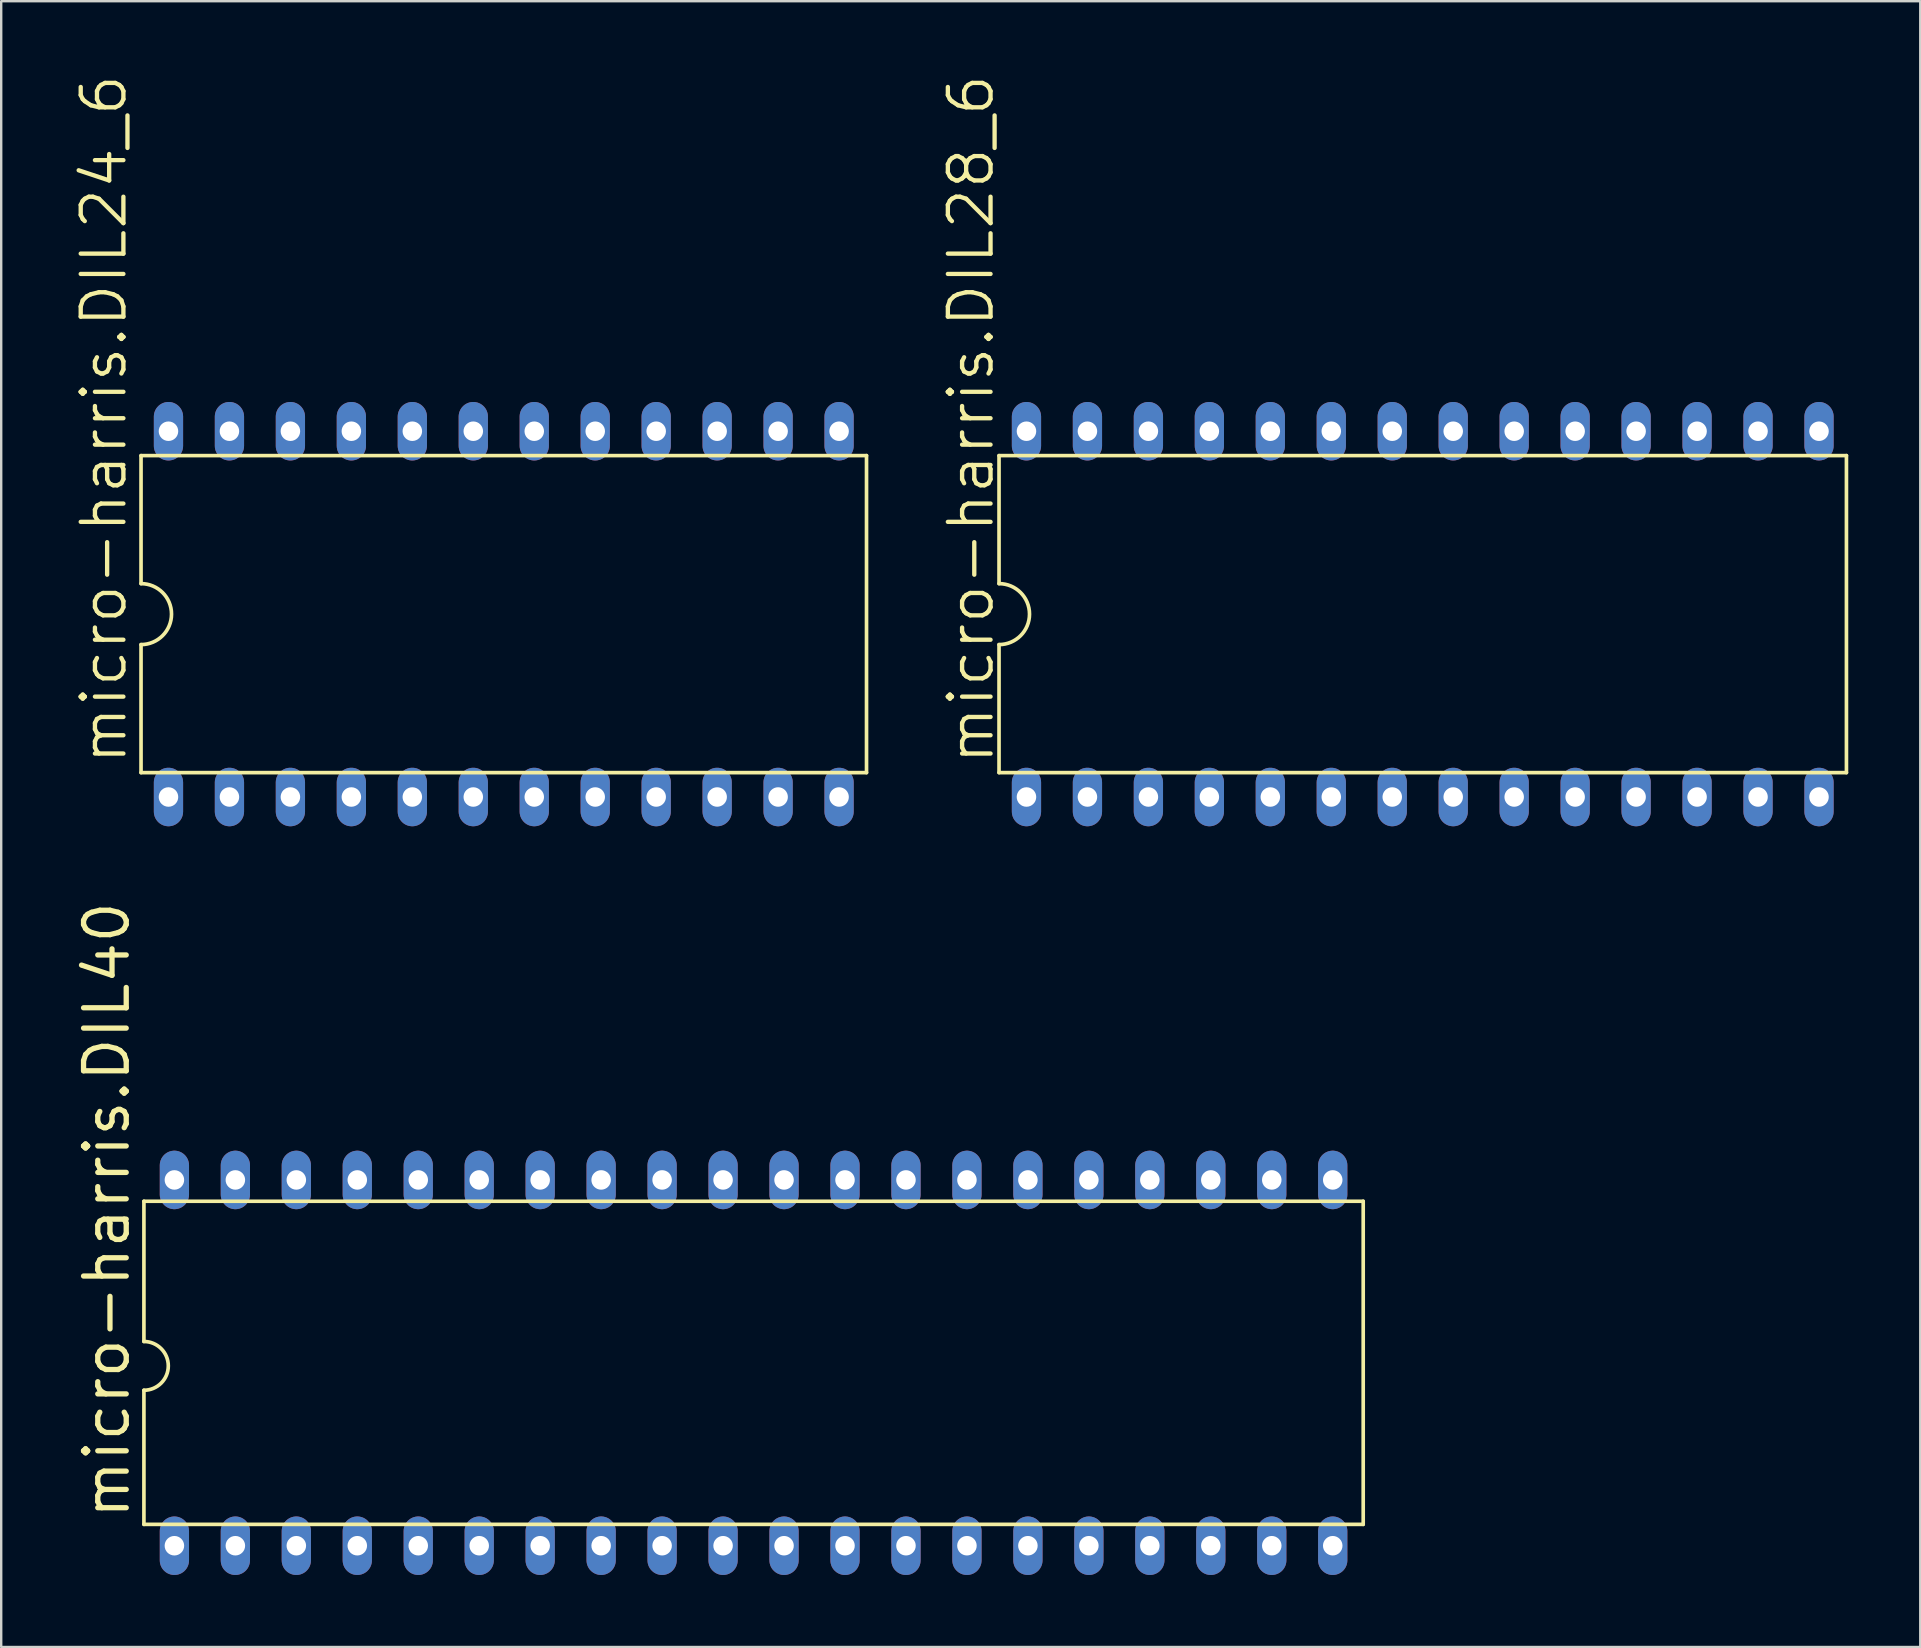
<source format=kicad_pcb>
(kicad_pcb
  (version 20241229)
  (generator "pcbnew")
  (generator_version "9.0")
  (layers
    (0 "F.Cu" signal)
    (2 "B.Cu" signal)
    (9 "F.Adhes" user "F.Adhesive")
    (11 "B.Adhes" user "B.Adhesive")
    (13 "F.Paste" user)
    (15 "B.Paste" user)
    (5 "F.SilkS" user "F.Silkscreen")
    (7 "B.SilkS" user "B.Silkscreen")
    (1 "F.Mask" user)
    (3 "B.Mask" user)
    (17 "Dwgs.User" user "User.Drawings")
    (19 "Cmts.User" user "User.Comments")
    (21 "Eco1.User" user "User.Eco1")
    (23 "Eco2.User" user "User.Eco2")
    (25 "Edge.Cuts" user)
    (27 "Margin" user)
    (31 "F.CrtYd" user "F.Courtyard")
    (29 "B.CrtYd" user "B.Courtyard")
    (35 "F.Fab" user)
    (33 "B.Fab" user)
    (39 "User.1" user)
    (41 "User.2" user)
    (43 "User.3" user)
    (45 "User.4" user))
  (footprint "micro-harris.DIL24_6"
    (layer "F.Cu")
    (at 17.939 22.536)
    (property "Reference" "micro-harris.DIL24_6" (at -15.621 6.35 90) (layer "F.SilkS") (effects (font (size 1.778 1.778) (thickness 0.18)) (justify left bottom)))
    (attr through_hole)
    (fp_line (start -15.113 -6.604) (end -15.113 -1.27) (stroke (width 0.152) (type default)) (layer "F.SilkS"))
    (fp_line (start -15.113 -6.604) (end 15.113 -6.604) (stroke (width 0.152) (type default)) (layer "F.SilkS"))
    (fp_line (start -15.113 1.27) (end -15.113 6.604) (stroke (width 0.152) (type default)) (layer "F.SilkS"))
    (fp_line (start -15.113 6.604) (end 15.113 6.604) (stroke (width 0.152) (type default)) (layer "F.SilkS"))
    (fp_line (start 15.113 6.604) (end 15.113 -6.604) (stroke (width 0.152) (type default)) (layer "F.SilkS"))
    (fp_arc (start -15.113 -1.27) (mid -13.843 0) (end -15.113 1.27) (stroke (width 0.1524) (type default)) (layer "F.SilkS"))
    (pad "1" thru_hole oval (at -13.97 7.62 90) (size 2.438 1.219) (drill 0.813) (layers "*.Cu" "*.Mask"))
    (pad "2" thru_hole oval (at -11.43 7.62 90) (size 2.438 1.219) (drill 0.813) (layers "*.Cu" "*.Mask"))
    (pad "3" thru_hole oval (at -8.89 7.62 90) (size 2.438 1.219) (drill 0.813) (layers "*.Cu" "*.Mask"))
    (pad "4" thru_hole oval (at -6.35 7.62 90) (size 2.438 1.219) (drill 0.813) (layers "*.Cu" "*.Mask"))
    (pad "5" thru_hole oval (at -3.81 7.62 90) (size 2.438 1.219) (drill 0.813) (layers "*.Cu" "*.Mask"))
    (pad "6" thru_hole oval (at -1.27 7.62 90) (size 2.438 1.219) (drill 0.813) (layers "*.Cu" "*.Mask"))
    (pad "7" thru_hole oval (at 1.27 7.62 90) (size 2.438 1.219) (drill 0.813) (layers "*.Cu" "*.Mask"))
    (pad "8" thru_hole oval (at 3.81 7.62 90) (size 2.438 1.219) (drill 0.813) (layers "*.Cu" "*.Mask"))
    (pad "9" thru_hole oval (at 6.35 7.62 90) (size 2.438 1.219) (drill 0.813) (layers "*.Cu" "*.Mask"))
    (pad "10" thru_hole oval (at 8.89 7.62 90) (size 2.438 1.219) (drill 0.813) (layers "*.Cu" "*.Mask"))
    (pad "11" thru_hole oval (at 11.43 7.62 90) (size 2.438 1.219) (drill 0.813) (layers "*.Cu" "*.Mask"))
    (pad "12" thru_hole oval (at 13.97 7.62 90) (size 2.438 1.219) (drill 0.813) (layers "*.Cu" "*.Mask"))
    (pad "13" thru_hole oval (at 13.97 -7.62 90) (size 2.438 1.219) (drill 0.813) (layers "*.Cu" "*.Mask"))
    (pad "14" thru_hole oval (at 11.43 -7.62 90) (size 2.438 1.219) (drill 0.813) (layers "*.Cu" "*.Mask"))
    (pad "15" thru_hole oval (at 8.89 -7.62 90) (size 2.438 1.219) (drill 0.813) (layers "*.Cu" "*.Mask"))
    (pad "16" thru_hole oval (at 6.35 -7.62 90) (size 2.438 1.219) (drill 0.813) (layers "*.Cu" "*.Mask"))
    (pad "17" thru_hole oval (at 3.81 -7.62 90) (size 2.438 1.219) (drill 0.813) (layers "*.Cu" "*.Mask"))
    (pad "18" thru_hole oval (at 1.27 -7.62 90) (size 2.438 1.219) (drill 0.813) (layers "*.Cu" "*.Mask"))
    (pad "19" thru_hole oval (at -1.27 -7.62 90) (size 2.438 1.219) (drill 0.813) (layers "*.Cu" "*.Mask"))
    (pad "20" thru_hole oval (at -3.81 -7.62 90) (size 2.438 1.219) (drill 0.813) (layers "*.Cu" "*.Mask"))
    (pad "21" thru_hole oval (at -6.35 -7.62 90) (size 2.438 1.219) (drill 0.813) (layers "*.Cu" "*.Mask"))
    (pad "22" thru_hole oval (at -8.89 -7.62 90) (size 2.438 1.219) (drill 0.813) (layers "*.Cu" "*.Mask"))
    (pad "23" thru_hole oval (at -11.43 -7.62 90) (size 2.438 1.219) (drill 0.813) (layers "*.Cu" "*.Mask"))
    (pad "24" thru_hole oval (at -13.97 -7.62 90) (size 2.438 1.219) (drill 0.813) (layers "*.Cu" "*.Mask")))
  (footprint "micro-harris.DIL40"
    (layer "F.Cu")
    (at 28.346 53.73)
    (property "Reference" "micro-harris.DIL40" (at -25.908 6.604 90) (layer "F.SilkS") (effects (font (size 1.778 1.778) (thickness 0.22)) (justify left bottom)))
    (attr through_hole)
    (fp_line (start -25.4 -6.731) (end -25.4 -0.889) (stroke (width 0.152) (type default)) (layer "F.SilkS"))
    (fp_line (start -25.4 6.731) (end -25.4 1.143) (stroke (width 0.152) (type default)) (layer "F.SilkS"))
    (fp_line (start -25.4 6.731) (end 25.4 6.731) (stroke (width 0.152) (type default)) (layer "F.SilkS"))
    (fp_line (start 25.4 -6.731) (end -25.4 -6.731) (stroke (width 0.152) (type default)) (layer "F.SilkS"))
    (fp_line (start 25.4 -6.731) (end 25.4 6.731) (stroke (width 0.152) (type default)) (layer "F.SilkS"))
    (fp_arc (start -25.4 -0.889) (mid -24.384 0.127) (end -25.4 1.143) (stroke (width 0.1524) (type default)) (layer "F.SilkS"))
    (pad "1" thru_hole oval (at -24.13 7.62 90) (size 2.438 1.219) (drill 0.813) (layers "*.Cu" "*.Mask"))
    (pad "2" thru_hole oval (at -21.59 7.62 90) (size 2.438 1.219) (drill 0.813) (layers "*.Cu" "*.Mask"))
    (pad "3" thru_hole oval (at -19.05 7.62 90) (size 2.438 1.219) (drill 0.813) (layers "*.Cu" "*.Mask"))
    (pad "4" thru_hole oval (at -16.51 7.62 90) (size 2.438 1.219) (drill 0.813) (layers "*.Cu" "*.Mask"))
    (pad "5" thru_hole oval (at -13.97 7.62 90) (size 2.438 1.219) (drill 0.813) (layers "*.Cu" "*.Mask"))
    (pad "6" thru_hole oval (at -11.43 7.62 90) (size 2.438 1.219) (drill 0.813) (layers "*.Cu" "*.Mask"))
    (pad "7" thru_hole oval (at -8.89 7.62 90) (size 2.438 1.219) (drill 0.813) (layers "*.Cu" "*.Mask"))
    (pad "8" thru_hole oval (at -6.35 7.62 90) (size 2.438 1.219) (drill 0.813) (layers "*.Cu" "*.Mask"))
    (pad "9" thru_hole oval (at -3.81 7.62 90) (size 2.438 1.219) (drill 0.813) (layers "*.Cu" "*.Mask"))
    (pad "10" thru_hole oval (at -1.27 7.62 90) (size 2.438 1.219) (drill 0.813) (layers "*.Cu" "*.Mask"))
    (pad "11" thru_hole oval (at 1.27 7.62 90) (size 2.438 1.219) (drill 0.813) (layers "*.Cu" "*.Mask"))
    (pad "12" thru_hole oval (at 3.81 7.62 90) (size 2.438 1.219) (drill 0.813) (layers "*.Cu" "*.Mask"))
    (pad "13" thru_hole oval (at 6.35 7.62 90) (size 2.438 1.219) (drill 0.813) (layers "*.Cu" "*.Mask"))
    (pad "14" thru_hole oval (at 8.89 7.62 90) (size 2.438 1.219) (drill 0.813) (layers "*.Cu" "*.Mask"))
    (pad "15" thru_hole oval (at 11.43 7.62 90) (size 2.438 1.219) (drill 0.813) (layers "*.Cu" "*.Mask"))
    (pad "16" thru_hole oval (at 13.97 7.62 90) (size 2.438 1.219) (drill 0.813) (layers "*.Cu" "*.Mask"))
    (pad "17" thru_hole oval (at 16.51 7.62 90) (size 2.438 1.219) (drill 0.813) (layers "*.Cu" "*.Mask"))
    (pad "18" thru_hole oval (at 19.05 7.62 90) (size 2.438 1.219) (drill 0.813) (layers "*.Cu" "*.Mask"))
    (pad "19" thru_hole oval (at 21.59 7.62 90) (size 2.438 1.219) (drill 0.813) (layers "*.Cu" "*.Mask"))
    (pad "20" thru_hole oval (at 24.13 7.62 90) (size 2.438 1.219) (drill 0.813) (layers "*.Cu" "*.Mask"))
    (pad "21" thru_hole oval (at 24.13 -7.62 90) (size 2.438 1.219) (drill 0.813) (layers "*.Cu" "*.Mask"))
    (pad "22" thru_hole oval (at 21.59 -7.62 90) (size 2.438 1.219) (drill 0.813) (layers "*.Cu" "*.Mask"))
    (pad "23" thru_hole oval (at 19.05 -7.62 90) (size 2.438 1.219) (drill 0.813) (layers "*.Cu" "*.Mask"))
    (pad "24" thru_hole oval (at 16.51 -7.62 90) (size 2.438 1.219) (drill 0.813) (layers "*.Cu" "*.Mask"))
    (pad "25" thru_hole oval (at 13.97 -7.62 90) (size 2.438 1.219) (drill 0.813) (layers "*.Cu" "*.Mask"))
    (pad "26" thru_hole oval (at 11.43 -7.62 90) (size 2.438 1.219) (drill 0.813) (layers "*.Cu" "*.Mask"))
    (pad "27" thru_hole oval (at 8.89 -7.62 90) (size 2.438 1.219) (drill 0.813) (layers "*.Cu" "*.Mask"))
    (pad "28" thru_hole oval (at 6.35 -7.62 90) (size 2.438 1.219) (drill 0.813) (layers "*.Cu" "*.Mask"))
    (pad "29" thru_hole oval (at 3.81 -7.62 90) (size 2.438 1.219) (drill 0.813) (layers "*.Cu" "*.Mask"))
    (pad "30" thru_hole oval (at 1.27 -7.62 90) (size 2.438 1.219) (drill 0.813) (layers "*.Cu" "*.Mask"))
    (pad "31" thru_hole oval (at -1.27 -7.62 90) (size 2.438 1.219) (drill 0.813) (layers "*.Cu" "*.Mask"))
    (pad "32" thru_hole oval (at -3.81 -7.62 90) (size 2.438 1.219) (drill 0.813) (layers "*.Cu" "*.Mask"))
    (pad "33" thru_hole oval (at -6.35 -7.62 90) (size 2.438 1.219) (drill 0.813) (layers "*.Cu" "*.Mask"))
    (pad "34" thru_hole oval (at -8.89 -7.62 90) (size 2.438 1.219) (drill 0.813) (layers "*.Cu" "*.Mask"))
    (pad "35" thru_hole oval (at -11.43 -7.62 90) (size 2.438 1.219) (drill 0.813) (layers "*.Cu" "*.Mask"))
    (pad "36" thru_hole oval (at -13.97 -7.62 90) (size 2.438 1.219) (drill 0.813) (layers "*.Cu" "*.Mask"))
    (pad "37" thru_hole oval (at -16.51 -7.62 90) (size 2.438 1.219) (drill 0.813) (layers "*.Cu" "*.Mask"))
    (pad "38" thru_hole oval (at -19.05 -7.62 90) (size 2.438 1.219) (drill 0.813) (layers "*.Cu" "*.Mask"))
    (pad "39" thru_hole oval (at -21.59 -7.62 90) (size 2.438 1.219) (drill 0.813) (layers "*.Cu" "*.Mask"))
    (pad "40" thru_hole oval (at -24.13 -7.62 90) (size 2.438 1.219) (drill 0.813) (layers "*.Cu" "*.Mask")))
  (footprint "micro-harris.DIL28_6"
    (layer "F.Cu")
    (at 56.226 22.536)
    (property "Reference" "micro-harris.DIL28_6" (at -17.78 6.35 90) (layer "F.SilkS") (effects (font (size 1.778 1.778) (thickness 0.18)) (justify left bottom)))
    (attr through_hole)
    (fp_line (start -17.653 -6.604) (end -17.653 -1.27) (stroke (width 0.152) (type default)) (layer "F.SilkS"))
    (fp_line (start -17.653 -6.604) (end 17.653 -6.604) (stroke (width 0.152) (type default)) (layer "F.SilkS"))
    (fp_line (start -17.653 1.27) (end -17.653 6.604) (stroke (width 0.152) (type default)) (layer "F.SilkS"))
    (fp_line (start -17.653 6.604) (end 17.653 6.604) (stroke (width 0.152) (type default)) (layer "F.SilkS"))
    (fp_line (start 17.653 6.604) (end 17.653 -6.604) (stroke (width 0.152) (type default)) (layer "F.SilkS"))
    (fp_arc (start -17.653 -1.27) (mid -16.383 0) (end -17.653 1.27) (stroke (width 0.1524) (type default)) (layer "F.SilkS"))
    (pad "1" thru_hole oval (at -16.51 7.62 90) (size 2.438 1.219) (drill 0.813) (layers "*.Cu" "*.Mask"))
    (pad "2" thru_hole oval (at -13.97 7.62 90) (size 2.438 1.219) (drill 0.813) (layers "*.Cu" "*.Mask"))
    (pad "3" thru_hole oval (at -11.43 7.62 90) (size 2.438 1.219) (drill 0.813) (layers "*.Cu" "*.Mask"))
    (pad "4" thru_hole oval (at -8.89 7.62 90) (size 2.438 1.219) (drill 0.813) (layers "*.Cu" "*.Mask"))
    (pad "5" thru_hole oval (at -6.35 7.62 90) (size 2.438 1.219) (drill 0.813) (layers "*.Cu" "*.Mask"))
    (pad "6" thru_hole oval (at -3.81 7.62 90) (size 2.438 1.219) (drill 0.813) (layers "*.Cu" "*.Mask"))
    (pad "7" thru_hole oval (at -1.27 7.62 90) (size 2.438 1.219) (drill 0.813) (layers "*.Cu" "*.Mask"))
    (pad "8" thru_hole oval (at 1.27 7.62 90) (size 2.438 1.219) (drill 0.813) (layers "*.Cu" "*.Mask"))
    (pad "9" thru_hole oval (at 3.81 7.62 90) (size 2.438 1.219) (drill 0.813) (layers "*.Cu" "*.Mask"))
    (pad "10" thru_hole oval (at 6.35 7.62 90) (size 2.438 1.219) (drill 0.813) (layers "*.Cu" "*.Mask"))
    (pad "11" thru_hole oval (at 8.89 7.62 90) (size 2.438 1.219) (drill 0.813) (layers "*.Cu" "*.Mask"))
    (pad "12" thru_hole oval (at 11.43 7.62 90) (size 2.438 1.219) (drill 0.813) (layers "*.Cu" "*.Mask"))
    (pad "13" thru_hole oval (at 13.97 7.62 90) (size 2.438 1.219) (drill 0.813) (layers "*.Cu" "*.Mask"))
    (pad "14" thru_hole oval (at 16.51 7.62 90) (size 2.438 1.219) (drill 0.813) (layers "*.Cu" "*.Mask"))
    (pad "15" thru_hole oval (at 16.51 -7.62 90) (size 2.438 1.219) (drill 0.813) (layers "*.Cu" "*.Mask"))
    (pad "16" thru_hole oval (at 13.97 -7.62 90) (size 2.438 1.219) (drill 0.813) (layers "*.Cu" "*.Mask"))
    (pad "17" thru_hole oval (at 11.43 -7.62 90) (size 2.438 1.219) (drill 0.813) (layers "*.Cu" "*.Mask"))
    (pad "18" thru_hole oval (at 8.89 -7.62 90) (size 2.438 1.219) (drill 0.813) (layers "*.Cu" "*.Mask"))
    (pad "19" thru_hole oval (at 6.35 -7.62 90) (size 2.438 1.219) (drill 0.813) (layers "*.Cu" "*.Mask"))
    (pad "20" thru_hole oval (at 3.81 -7.62 90) (size 2.438 1.219) (drill 0.813) (layers "*.Cu" "*.Mask"))
    (pad "21" thru_hole oval (at 1.27 -7.62 90) (size 2.438 1.219) (drill 0.813) (layers "*.Cu" "*.Mask"))
    (pad "22" thru_hole oval (at -1.27 -7.62 90) (size 2.438 1.219) (drill 0.813) (layers "*.Cu" "*.Mask"))
    (pad "23" thru_hole oval (at -3.81 -7.62 90) (size 2.438 1.219) (drill 0.813) (layers "*.Cu" "*.Mask"))
    (pad "24" thru_hole oval (at -6.35 -7.62 90) (size 2.438 1.219) (drill 0.813) (layers "*.Cu" "*.Mask"))
    (pad "25" thru_hole oval (at -8.89 -7.62 90) (size 2.438 1.219) (drill 0.813) (layers "*.Cu" "*.Mask"))
    (pad "26" thru_hole oval (at -11.43 -7.62 90) (size 2.438 1.219) (drill 0.813) (layers "*.Cu" "*.Mask"))
    (pad "27" thru_hole oval (at -13.97 -7.62 90) (size 2.438 1.219) (drill 0.813) (layers "*.Cu" "*.Mask"))
    (pad "28" thru_hole oval (at -16.51 -7.62 90) (size 2.438 1.219) (drill 0.813) (layers "*.Cu" "*.Mask")))
  (gr_rect
    (start -3 -3)
    (end 76.955 65.569)
    (stroke (width 0.1) (type default))
    (fill no)
    (layer "Edge.Cuts")))
</source>
